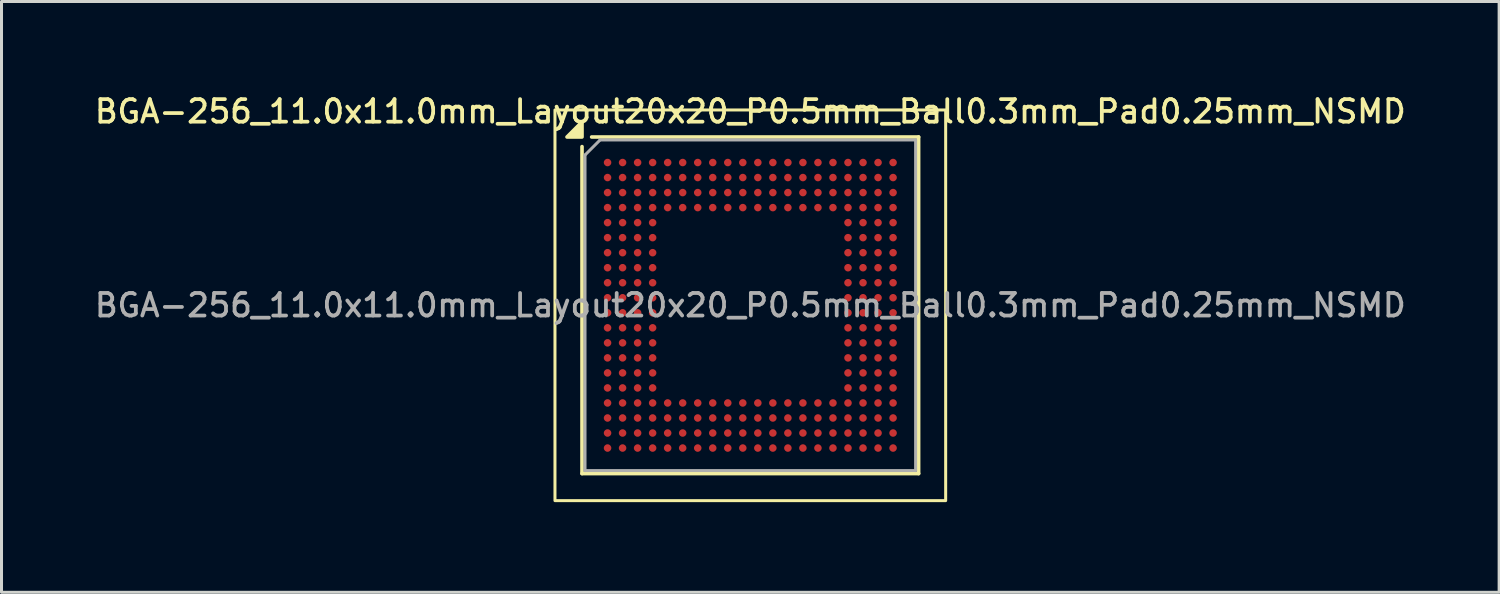
<source format=kicad_pcb>
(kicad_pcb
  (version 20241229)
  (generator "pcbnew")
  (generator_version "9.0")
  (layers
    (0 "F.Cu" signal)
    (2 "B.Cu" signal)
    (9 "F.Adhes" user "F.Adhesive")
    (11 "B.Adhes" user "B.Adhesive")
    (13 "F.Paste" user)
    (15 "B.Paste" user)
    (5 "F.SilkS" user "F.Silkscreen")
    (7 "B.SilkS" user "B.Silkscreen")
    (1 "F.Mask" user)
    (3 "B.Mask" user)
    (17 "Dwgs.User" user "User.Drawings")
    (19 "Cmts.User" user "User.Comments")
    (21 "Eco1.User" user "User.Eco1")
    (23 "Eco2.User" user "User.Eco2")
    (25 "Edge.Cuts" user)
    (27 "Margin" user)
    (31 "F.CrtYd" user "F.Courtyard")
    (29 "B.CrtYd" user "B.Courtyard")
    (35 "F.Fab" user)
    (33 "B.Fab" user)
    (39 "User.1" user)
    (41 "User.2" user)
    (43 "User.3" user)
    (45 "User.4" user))
  (footprint "BGA-256_11.0x11.0mm_Layout20x20_P0.5mm_Ball0.3mm_Pad0.25mm_NSMD"
    (layer "F.Cu")
    (at 21.916 7.108)
    (property "Reference" "BGA-256_11.0x11.0mm_Layout20x20_P0.5mm_Ball0.3mm_Pad0.25mm_NSMD" (at 0 -6.45 0) (layer "F.SilkS") (effects (font (size 0.75 0.75) (thickness 0.125))))
    (attr smd)
    (fp_line (start -5.6 -5.28) (end -5.6 5.6) (stroke (width 0.12) (type solid)) (layer "F.SilkS"))
    (fp_line (start -5.6 5.6) (end 5.6 5.6) (stroke (width 0.12) (type solid)) (layer "F.SilkS"))
    (fp_line (start 5.6 -5.6) (end -5.28 -5.6) (stroke (width 0.12) (type solid)) (layer "F.SilkS"))
    (fp_line (start 5.6 5.6) (end 5.6 -5.6) (stroke (width 0.12) (type solid)) (layer "F.SilkS"))
    (fp_rect (start 6.5 6.5) (end -6.5 -6.5) (stroke (width 0.1) (type solid)) (fill no) (layer "F.SilkS"))
    (fp_poly (pts (xy -5.6 -5.6) (xy -6.1 -5.6) (xy -5.6 -6.1) (xy -5.6 -5.6)) (stroke (width 0.12) (type solid)) (fill yes) (layer "F.SilkS"))
    (fp_line (start -5.5 -5) (end -5.5 5.5) (stroke (width 0.1) (type solid)) (layer "F.Fab"))
    (fp_line (start -5.5 5.5) (end 5.5 5.5) (stroke (width 0.1) (type solid)) (layer "F.Fab"))
    (fp_line (start -5 -5.5) (end -5.5 -5) (stroke (width 0.1) (type solid)) (layer "F.Fab"))
    (fp_line (start 5.5 -5.5) (end -5 -5.5) (stroke (width 0.1) (type solid)) (layer "F.Fab"))
    (fp_line (start 5.5 5.5) (end 5.5 -5.5) (stroke (width 0.1) (type solid)) (layer "F.Fab"))
    (fp_text user "${REFERENCE}" (at 0 0 0) (layer "F.Fab") (effects (font (size 0.75 0.75) (thickness 0.125))))
    (pad "A1" smd circle (at -4.75 -4.75) (size 0.25 0.25) (property pad_prop_bga) (layers "F.Cu" "F.Mask" "F.Paste"))
    (pad "A2" smd circle (at -4.25 -4.75) (size 0.25 0.25) (property pad_prop_bga) (layers "F.Cu" "F.Mask" "F.Paste"))
    (pad "A3" smd circle (at -3.75 -4.75) (size 0.25 0.25) (property pad_prop_bga) (layers "F.Cu" "F.Mask" "F.Paste"))
    (pad "A4" smd circle (at -3.25 -4.75) (size 0.25 0.25) (property pad_prop_bga) (layers "F.Cu" "F.Mask" "F.Paste"))
    (pad "A5" smd circle (at -2.75 -4.75) (size 0.25 0.25) (property pad_prop_bga) (layers "F.Cu" "F.Mask" "F.Paste"))
    (pad "A6" smd circle (at -2.25 -4.75) (size 0.25 0.25) (property pad_prop_bga) (layers "F.Cu" "F.Mask" "F.Paste"))
    (pad "A7" smd circle (at -1.75 -4.75) (size 0.25 0.25) (property pad_prop_bga) (layers "F.Cu" "F.Mask" "F.Paste"))
    (pad "A8" smd circle (at -1.25 -4.75) (size 0.25 0.25) (property pad_prop_bga) (layers "F.Cu" "F.Mask" "F.Paste"))
    (pad "A9" smd circle (at -0.75 -4.75) (size 0.25 0.25) (property pad_prop_bga) (layers "F.Cu" "F.Mask" "F.Paste"))
    (pad "A10" smd circle (at -0.25 -4.75) (size 0.25 0.25) (property pad_prop_bga) (layers "F.Cu" "F.Mask" "F.Paste"))
    (pad "A11" smd circle (at 0.25 -4.75) (size 0.25 0.25) (property pad_prop_bga) (layers "F.Cu" "F.Mask" "F.Paste"))
    (pad "A12" smd circle (at 0.75 -4.75) (size 0.25 0.25) (property pad_prop_bga) (layers "F.Cu" "F.Mask" "F.Paste"))
    (pad "A13" smd circle (at 1.25 -4.75) (size 0.25 0.25) (property pad_prop_bga) (layers "F.Cu" "F.Mask" "F.Paste"))
    (pad "A14" smd circle (at 1.75 -4.75) (size 0.25 0.25) (property pad_prop_bga) (layers "F.Cu" "F.Mask" "F.Paste"))
    (pad "A15" smd circle (at 2.25 -4.75) (size 0.25 0.25) (property pad_prop_bga) (layers "F.Cu" "F.Mask" "F.Paste"))
    (pad "A16" smd circle (at 2.75 -4.75) (size 0.25 0.25) (property pad_prop_bga) (layers "F.Cu" "F.Mask" "F.Paste"))
    (pad "A17" smd circle (at 3.25 -4.75) (size 0.25 0.25) (property pad_prop_bga) (layers "F.Cu" "F.Mask" "F.Paste"))
    (pad "A18" smd circle (at 3.75 -4.75) (size 0.25 0.25) (property pad_prop_bga) (layers "F.Cu" "F.Mask" "F.Paste"))
    (pad "A19" smd circle (at 4.25 -4.75) (size 0.25 0.25) (property pad_prop_bga) (layers "F.Cu" "F.Mask" "F.Paste"))
    (pad "A20" smd circle (at 4.75 -4.75) (size 0.25 0.25) (property pad_prop_bga) (layers "F.Cu" "F.Mask" "F.Paste"))
    (pad "B1" smd circle (at -4.75 -4.25) (size 0.25 0.25) (property pad_prop_bga) (layers "F.Cu" "F.Mask" "F.Paste"))
    (pad "B2" smd circle (at -4.25 -4.25) (size 0.25 0.25) (property pad_prop_bga) (layers "F.Cu" "F.Mask" "F.Paste"))
    (pad "B3" smd circle (at -3.75 -4.25) (size 0.25 0.25) (property pad_prop_bga) (layers "F.Cu" "F.Mask" "F.Paste"))
    (pad "B4" smd circle (at -3.25 -4.25) (size 0.25 0.25) (property pad_prop_bga) (layers "F.Cu" "F.Mask" "F.Paste"))
    (pad "B5" smd circle (at -2.75 -4.25) (size 0.25 0.25) (property pad_prop_bga) (layers "F.Cu" "F.Mask" "F.Paste"))
    (pad "B6" smd circle (at -2.25 -4.25) (size 0.25 0.25) (property pad_prop_bga) (layers "F.Cu" "F.Mask" "F.Paste"))
    (pad "B7" smd circle (at -1.75 -4.25) (size 0.25 0.25) (property pad_prop_bga) (layers "F.Cu" "F.Mask" "F.Paste"))
    (pad "B8" smd circle (at -1.25 -4.25) (size 0.25 0.25) (property pad_prop_bga) (layers "F.Cu" "F.Mask" "F.Paste"))
    (pad "B9" smd circle (at -0.75 -4.25) (size 0.25 0.25) (property pad_prop_bga) (layers "F.Cu" "F.Mask" "F.Paste"))
    (pad "B10" smd circle (at -0.25 -4.25) (size 0.25 0.25) (property pad_prop_bga) (layers "F.Cu" "F.Mask" "F.Paste"))
    (pad "B11" smd circle (at 0.25 -4.25) (size 0.25 0.25) (property pad_prop_bga) (layers "F.Cu" "F.Mask" "F.Paste"))
    (pad "B12" smd circle (at 0.75 -4.25) (size 0.25 0.25) (property pad_prop_bga) (layers "F.Cu" "F.Mask" "F.Paste"))
    (pad "B13" smd circle (at 1.25 -4.25) (size 0.25 0.25) (property pad_prop_bga) (layers "F.Cu" "F.Mask" "F.Paste"))
    (pad "B14" smd circle (at 1.75 -4.25) (size 0.25 0.25) (property pad_prop_bga) (layers "F.Cu" "F.Mask" "F.Paste"))
    (pad "B15" smd circle (at 2.25 -4.25) (size 0.25 0.25) (property pad_prop_bga) (layers "F.Cu" "F.Mask" "F.Paste"))
    (pad "B16" smd circle (at 2.75 -4.25) (size 0.25 0.25) (property pad_prop_bga) (layers "F.Cu" "F.Mask" "F.Paste"))
    (pad "B17" smd circle (at 3.25 -4.25) (size 0.25 0.25) (property pad_prop_bga) (layers "F.Cu" "F.Mask" "F.Paste"))
    (pad "B18" smd circle (at 3.75 -4.25) (size 0.25 0.25) (property pad_prop_bga) (layers "F.Cu" "F.Mask" "F.Paste"))
    (pad "B19" smd circle (at 4.25 -4.25) (size 0.25 0.25) (property pad_prop_bga) (layers "F.Cu" "F.Mask" "F.Paste"))
    (pad "B20" smd circle (at 4.75 -4.25) (size 0.25 0.25) (property pad_prop_bga) (layers "F.Cu" "F.Mask" "F.Paste"))
    (pad "C1" smd circle (at -4.75 -3.75) (size 0.25 0.25) (property pad_prop_bga) (layers "F.Cu" "F.Mask" "F.Paste"))
    (pad "C2" smd circle (at -4.25 -3.75) (size 0.25 0.25) (property pad_prop_bga) (layers "F.Cu" "F.Mask" "F.Paste"))
    (pad "C3" smd circle (at -3.75 -3.75) (size 0.25 0.25) (property pad_prop_bga) (layers "F.Cu" "F.Mask" "F.Paste"))
    (pad "C4" smd circle (at -3.25 -3.75) (size 0.25 0.25) (property pad_prop_bga) (layers "F.Cu" "F.Mask" "F.Paste"))
    (pad "C5" smd circle (at -2.75 -3.75) (size 0.25 0.25) (property pad_prop_bga) (layers "F.Cu" "F.Mask" "F.Paste"))
    (pad "C6" smd circle (at -2.25 -3.75) (size 0.25 0.25) (property pad_prop_bga) (layers "F.Cu" "F.Mask" "F.Paste"))
    (pad "C7" smd circle (at -1.75 -3.75) (size 0.25 0.25) (property pad_prop_bga) (layers "F.Cu" "F.Mask" "F.Paste"))
    (pad "C8" smd circle (at -1.25 -3.75) (size 0.25 0.25) (property pad_prop_bga) (layers "F.Cu" "F.Mask" "F.Paste"))
    (pad "C9" smd circle (at -0.75 -3.75) (size 0.25 0.25) (property pad_prop_bga) (layers "F.Cu" "F.Mask" "F.Paste"))
    (pad "C10" smd circle (at -0.25 -3.75) (size 0.25 0.25) (property pad_prop_bga) (layers "F.Cu" "F.Mask" "F.Paste"))
    (pad "C11" smd circle (at 0.25 -3.75) (size 0.25 0.25) (property pad_prop_bga) (layers "F.Cu" "F.Mask" "F.Paste"))
    (pad "C12" smd circle (at 0.75 -3.75) (size 0.25 0.25) (property pad_prop_bga) (layers "F.Cu" "F.Mask" "F.Paste"))
    (pad "C13" smd circle (at 1.25 -3.75) (size 0.25 0.25) (property pad_prop_bga) (layers "F.Cu" "F.Mask" "F.Paste"))
    (pad "C14" smd circle (at 1.75 -3.75) (size 0.25 0.25) (property pad_prop_bga) (layers "F.Cu" "F.Mask" "F.Paste"))
    (pad "C15" smd circle (at 2.25 -3.75) (size 0.25 0.25) (property pad_prop_bga) (layers "F.Cu" "F.Mask" "F.Paste"))
    (pad "C16" smd circle (at 2.75 -3.75) (size 0.25 0.25) (property pad_prop_bga) (layers "F.Cu" "F.Mask" "F.Paste"))
    (pad "C17" smd circle (at 3.25 -3.75) (size 0.25 0.25) (property pad_prop_bga) (layers "F.Cu" "F.Mask" "F.Paste"))
    (pad "C18" smd circle (at 3.75 -3.75) (size 0.25 0.25) (property pad_prop_bga) (layers "F.Cu" "F.Mask" "F.Paste"))
    (pad "C19" smd circle (at 4.25 -3.75) (size 0.25 0.25) (property pad_prop_bga) (layers "F.Cu" "F.Mask" "F.Paste"))
    (pad "C20" smd circle (at 4.75 -3.75) (size 0.25 0.25) (property pad_prop_bga) (layers "F.Cu" "F.Mask" "F.Paste"))
    (pad "D1" smd circle (at -4.75 -3.25) (size 0.25 0.25) (property pad_prop_bga) (layers "F.Cu" "F.Mask" "F.Paste"))
    (pad "D2" smd circle (at -4.25 -3.25) (size 0.25 0.25) (property pad_prop_bga) (layers "F.Cu" "F.Mask" "F.Paste"))
    (pad "D3" smd circle (at -3.75 -3.25) (size 0.25 0.25) (property pad_prop_bga) (layers "F.Cu" "F.Mask" "F.Paste"))
    (pad "D4" smd circle (at -3.25 -3.25) (size 0.25 0.25) (property pad_prop_bga) (layers "F.Cu" "F.Mask" "F.Paste"))
    (pad "D5" smd circle (at -2.75 -3.25) (size 0.25 0.25) (property pad_prop_bga) (layers "F.Cu" "F.Mask" "F.Paste"))
    (pad "D6" smd circle (at -2.25 -3.25) (size 0.25 0.25) (property pad_prop_bga) (layers "F.Cu" "F.Mask" "F.Paste"))
    (pad "D7" smd circle (at -1.75 -3.25) (size 0.25 0.25) (property pad_prop_bga) (layers "F.Cu" "F.Mask" "F.Paste"))
    (pad "D8" smd circle (at -1.25 -3.25) (size 0.25 0.25) (property pad_prop_bga) (layers "F.Cu" "F.Mask" "F.Paste"))
    (pad "D9" smd circle (at -0.75 -3.25) (size 0.25 0.25) (property pad_prop_bga) (layers "F.Cu" "F.Mask" "F.Paste"))
    (pad "D10" smd circle (at -0.25 -3.25) (size 0.25 0.25) (property pad_prop_bga) (layers "F.Cu" "F.Mask" "F.Paste"))
    (pad "D11" smd circle (at 0.25 -3.25) (size 0.25 0.25) (property pad_prop_bga) (layers "F.Cu" "F.Mask" "F.Paste"))
    (pad "D12" smd circle (at 0.75 -3.25) (size 0.25 0.25) (property pad_prop_bga) (layers "F.Cu" "F.Mask" "F.Paste"))
    (pad "D13" smd circle (at 1.25 -3.25) (size 0.25 0.25) (property pad_prop_bga) (layers "F.Cu" "F.Mask" "F.Paste"))
    (pad "D14" smd circle (at 1.75 -3.25) (size 0.25 0.25) (property pad_prop_bga) (layers "F.Cu" "F.Mask" "F.Paste"))
    (pad "D15" smd circle (at 2.25 -3.25) (size 0.25 0.25) (property pad_prop_bga) (layers "F.Cu" "F.Mask" "F.Paste"))
    (pad "D16" smd circle (at 2.75 -3.25) (size 0.25 0.25) (property pad_prop_bga) (layers "F.Cu" "F.Mask" "F.Paste"))
    (pad "D17" smd circle (at 3.25 -3.25) (size 0.25 0.25) (property pad_prop_bga) (layers "F.Cu" "F.Mask" "F.Paste"))
    (pad "D18" smd circle (at 3.75 -3.25) (size 0.25 0.25) (property pad_prop_bga) (layers "F.Cu" "F.Mask" "F.Paste"))
    (pad "D19" smd circle (at 4.25 -3.25) (size 0.25 0.25) (property pad_prop_bga) (layers "F.Cu" "F.Mask" "F.Paste"))
    (pad "D20" smd circle (at 4.75 -3.25) (size 0.25 0.25) (property pad_prop_bga) (layers "F.Cu" "F.Mask" "F.Paste"))
    (pad "E1" smd circle (at -4.75 -2.75) (size 0.25 0.25) (property pad_prop_bga) (layers "F.Cu" "F.Mask" "F.Paste"))
    (pad "E2" smd circle (at -4.25 -2.75) (size 0.25 0.25) (property pad_prop_bga) (layers "F.Cu" "F.Mask" "F.Paste"))
    (pad "E3" smd circle (at -3.75 -2.75) (size 0.25 0.25) (property pad_prop_bga) (layers "F.Cu" "F.Mask" "F.Paste"))
    (pad "E4" smd circle (at -3.25 -2.75) (size 0.25 0.25) (property pad_prop_bga) (layers "F.Cu" "F.Mask" "F.Paste"))
    (pad "E17" smd circle (at 3.25 -2.75) (size 0.25 0.25) (property pad_prop_bga) (layers "F.Cu" "F.Mask" "F.Paste"))
    (pad "E18" smd circle (at 3.75 -2.75) (size 0.25 0.25) (property pad_prop_bga) (layers "F.Cu" "F.Mask" "F.Paste"))
    (pad "E19" smd circle (at 4.25 -2.75) (size 0.25 0.25) (property pad_prop_bga) (layers "F.Cu" "F.Mask" "F.Paste"))
    (pad "E20" smd circle (at 4.75 -2.75) (size 0.25 0.25) (property pad_prop_bga) (layers "F.Cu" "F.Mask" "F.Paste"))
    (pad "F1" smd circle (at -4.75 -2.25) (size 0.25 0.25) (property pad_prop_bga) (layers "F.Cu" "F.Mask" "F.Paste"))
    (pad "F2" smd circle (at -4.25 -2.25) (size 0.25 0.25) (property pad_prop_bga) (layers "F.Cu" "F.Mask" "F.Paste"))
    (pad "F3" smd circle (at -3.75 -2.25) (size 0.25 0.25) (property pad_prop_bga) (layers "F.Cu" "F.Mask" "F.Paste"))
    (pad "F4" smd circle (at -3.25 -2.25) (size 0.25 0.25) (property pad_prop_bga) (layers "F.Cu" "F.Mask" "F.Paste"))
    (pad "F17" smd circle (at 3.25 -2.25) (size 0.25 0.25) (property pad_prop_bga) (layers "F.Cu" "F.Mask" "F.Paste"))
    (pad "F18" smd circle (at 3.75 -2.25) (size 0.25 0.25) (property pad_prop_bga) (layers "F.Cu" "F.Mask" "F.Paste"))
    (pad "F19" smd circle (at 4.25 -2.25) (size 0.25 0.25) (property pad_prop_bga) (layers "F.Cu" "F.Mask" "F.Paste"))
    (pad "F20" smd circle (at 4.75 -2.25) (size 0.25 0.25) (property pad_prop_bga) (layers "F.Cu" "F.Mask" "F.Paste"))
    (pad "G1" smd circle (at -4.75 -1.75) (size 0.25 0.25) (property pad_prop_bga) (layers "F.Cu" "F.Mask" "F.Paste"))
    (pad "G2" smd circle (at -4.25 -1.75) (size 0.25 0.25) (property pad_prop_bga) (layers "F.Cu" "F.Mask" "F.Paste"))
    (pad "G3" smd circle (at -3.75 -1.75) (size 0.25 0.25) (property pad_prop_bga) (layers "F.Cu" "F.Mask" "F.Paste"))
    (pad "G4" smd circle (at -3.25 -1.75) (size 0.25 0.25) (property pad_prop_bga) (layers "F.Cu" "F.Mask" "F.Paste"))
    (pad "G17" smd circle (at 3.25 -1.75) (size 0.25 0.25) (property pad_prop_bga) (layers "F.Cu" "F.Mask" "F.Paste"))
    (pad "G18" smd circle (at 3.75 -1.75) (size 0.25 0.25) (property pad_prop_bga) (layers "F.Cu" "F.Mask" "F.Paste"))
    (pad "G19" smd circle (at 4.25 -1.75) (size 0.25 0.25) (property pad_prop_bga) (layers "F.Cu" "F.Mask" "F.Paste"))
    (pad "G20" smd circle (at 4.75 -1.75) (size 0.25 0.25) (property pad_prop_bga) (layers "F.Cu" "F.Mask" "F.Paste"))
    (pad "H1" smd circle (at -4.75 -1.25) (size 0.25 0.25) (property pad_prop_bga) (layers "F.Cu" "F.Mask" "F.Paste"))
    (pad "H2" smd circle (at -4.25 -1.25) (size 0.25 0.25) (property pad_prop_bga) (layers "F.Cu" "F.Mask" "F.Paste"))
    (pad "H3" smd circle (at -3.75 -1.25) (size 0.25 0.25) (property pad_prop_bga) (layers "F.Cu" "F.Mask" "F.Paste"))
    (pad "H4" smd circle (at -3.25 -1.25) (size 0.25 0.25) (property pad_prop_bga) (layers "F.Cu" "F.Mask" "F.Paste"))
    (pad "H17" smd circle (at 3.25 -1.25) (size 0.25 0.25) (property pad_prop_bga) (layers "F.Cu" "F.Mask" "F.Paste"))
    (pad "H18" smd circle (at 3.75 -1.25) (size 0.25 0.25) (property pad_prop_bga) (layers "F.Cu" "F.Mask" "F.Paste"))
    (pad "H19" smd circle (at 4.25 -1.25) (size 0.25 0.25) (property pad_prop_bga) (layers "F.Cu" "F.Mask" "F.Paste"))
    (pad "H20" smd circle (at 4.75 -1.25) (size 0.25 0.25) (property pad_prop_bga) (layers "F.Cu" "F.Mask" "F.Paste"))
    (pad "J1" smd circle (at -4.75 -0.75) (size 0.25 0.25) (property pad_prop_bga) (layers "F.Cu" "F.Mask" "F.Paste"))
    (pad "J2" smd circle (at -4.25 -0.75) (size 0.25 0.25) (property pad_prop_bga) (layers "F.Cu" "F.Mask" "F.Paste"))
    (pad "J3" smd circle (at -3.75 -0.75) (size 0.25 0.25) (property pad_prop_bga) (layers "F.Cu" "F.Mask" "F.Paste"))
    (pad "J4" smd circle (at -3.25 -0.75) (size 0.25 0.25) (property pad_prop_bga) (layers "F.Cu" "F.Mask" "F.Paste"))
    (pad "J17" smd circle (at 3.25 -0.75) (size 0.25 0.25) (property pad_prop_bga) (layers "F.Cu" "F.Mask" "F.Paste"))
    (pad "J18" smd circle (at 3.75 -0.75) (size 0.25 0.25) (property pad_prop_bga) (layers "F.Cu" "F.Mask" "F.Paste"))
    (pad "J19" smd circle (at 4.25 -0.75) (size 0.25 0.25) (property pad_prop_bga) (layers "F.Cu" "F.Mask" "F.Paste"))
    (pad "J20" smd circle (at 4.75 -0.75) (size 0.25 0.25) (property pad_prop_bga) (layers "F.Cu" "F.Mask" "F.Paste"))
    (pad "K1" smd circle (at -4.75 -0.25) (size 0.25 0.25) (property pad_prop_bga) (layers "F.Cu" "F.Mask" "F.Paste"))
    (pad "K2" smd circle (at -4.25 -0.25) (size 0.25 0.25) (property pad_prop_bga) (layers "F.Cu" "F.Mask" "F.Paste"))
    (pad "K3" smd circle (at -3.75 -0.25) (size 0.25 0.25) (property pad_prop_bga) (layers "F.Cu" "F.Mask" "F.Paste"))
    (pad "K4" smd circle (at -3.25 -0.25) (size 0.25 0.25) (property pad_prop_bga) (layers "F.Cu" "F.Mask" "F.Paste"))
    (pad "K17" smd circle (at 3.25 -0.25) (size 0.25 0.25) (property pad_prop_bga) (layers "F.Cu" "F.Mask" "F.Paste"))
    (pad "K18" smd circle (at 3.75 -0.25) (size 0.25 0.25) (property pad_prop_bga) (layers "F.Cu" "F.Mask" "F.Paste"))
    (pad "K19" smd circle (at 4.25 -0.25) (size 0.25 0.25) (property pad_prop_bga) (layers "F.Cu" "F.Mask" "F.Paste"))
    (pad "K20" smd circle (at 4.75 -0.25) (size 0.25 0.25) (property pad_prop_bga) (layers "F.Cu" "F.Mask" "F.Paste"))
    (pad "L1" smd circle (at -4.75 0.25) (size 0.25 0.25) (property pad_prop_bga) (layers "F.Cu" "F.Mask" "F.Paste"))
    (pad "L2" smd circle (at -4.25 0.25) (size 0.25 0.25) (property pad_prop_bga) (layers "F.Cu" "F.Mask" "F.Paste"))
    (pad "L3" smd circle (at -3.75 0.25) (size 0.25 0.25) (property pad_prop_bga) (layers "F.Cu" "F.Mask" "F.Paste"))
    (pad "L4" smd circle (at -3.25 0.25) (size 0.25 0.25) (property pad_prop_bga) (layers "F.Cu" "F.Mask" "F.Paste"))
    (pad "L17" smd circle (at 3.25 0.25) (size 0.25 0.25) (property pad_prop_bga) (layers "F.Cu" "F.Mask" "F.Paste"))
    (pad "L18" smd circle (at 3.75 0.25) (size 0.25 0.25) (property pad_prop_bga) (layers "F.Cu" "F.Mask" "F.Paste"))
    (pad "L19" smd circle (at 4.25 0.25) (size 0.25 0.25) (property pad_prop_bga) (layers "F.Cu" "F.Mask" "F.Paste"))
    (pad "L20" smd circle (at 4.75 0.25) (size 0.25 0.25) (property pad_prop_bga) (layers "F.Cu" "F.Mask" "F.Paste"))
    (pad "M1" smd circle (at -4.75 0.75) (size 0.25 0.25) (property pad_prop_bga) (layers "F.Cu" "F.Mask" "F.Paste"))
    (pad "M2" smd circle (at -4.25 0.75) (size 0.25 0.25) (property pad_prop_bga) (layers "F.Cu" "F.Mask" "F.Paste"))
    (pad "M3" smd circle (at -3.75 0.75) (size 0.25 0.25) (property pad_prop_bga) (layers "F.Cu" "F.Mask" "F.Paste"))
    (pad "M4" smd circle (at -3.25 0.75) (size 0.25 0.25) (property pad_prop_bga) (layers "F.Cu" "F.Mask" "F.Paste"))
    (pad "M17" smd circle (at 3.25 0.75) (size 0.25 0.25) (property pad_prop_bga) (layers "F.Cu" "F.Mask" "F.Paste"))
    (pad "M18" smd circle (at 3.75 0.75) (size 0.25 0.25) (property pad_prop_bga) (layers "F.Cu" "F.Mask" "F.Paste"))
    (pad "M19" smd circle (at 4.25 0.75) (size 0.25 0.25) (property pad_prop_bga) (layers "F.Cu" "F.Mask" "F.Paste"))
    (pad "M20" smd circle (at 4.75 0.75) (size 0.25 0.25) (property pad_prop_bga) (layers "F.Cu" "F.Mask" "F.Paste"))
    (pad "N1" smd circle (at -4.75 1.25) (size 0.25 0.25) (property pad_prop_bga) (layers "F.Cu" "F.Mask" "F.Paste"))
    (pad "N2" smd circle (at -4.25 1.25) (size 0.25 0.25) (property pad_prop_bga) (layers "F.Cu" "F.Mask" "F.Paste"))
    (pad "N3" smd circle (at -3.75 1.25) (size 0.25 0.25) (property pad_prop_bga) (layers "F.Cu" "F.Mask" "F.Paste"))
    (pad "N4" smd circle (at -3.25 1.25) (size 0.25 0.25) (property pad_prop_bga) (layers "F.Cu" "F.Mask" "F.Paste"))
    (pad "N17" smd circle (at 3.25 1.25) (size 0.25 0.25) (property pad_prop_bga) (layers "F.Cu" "F.Mask" "F.Paste"))
    (pad "N18" smd circle (at 3.75 1.25) (size 0.25 0.25) (property pad_prop_bga) (layers "F.Cu" "F.Mask" "F.Paste"))
    (pad "N19" smd circle (at 4.25 1.25) (size 0.25 0.25) (property pad_prop_bga) (layers "F.Cu" "F.Mask" "F.Paste"))
    (pad "N20" smd circle (at 4.75 1.25) (size 0.25 0.25) (property pad_prop_bga) (layers "F.Cu" "F.Mask" "F.Paste"))
    (pad "P1" smd circle (at -4.75 1.75) (size 0.25 0.25) (property pad_prop_bga) (layers "F.Cu" "F.Mask" "F.Paste"))
    (pad "P2" smd circle (at -4.25 1.75) (size 0.25 0.25) (property pad_prop_bga) (layers "F.Cu" "F.Mask" "F.Paste"))
    (pad "P3" smd circle (at -3.75 1.75) (size 0.25 0.25) (property pad_prop_bga) (layers "F.Cu" "F.Mask" "F.Paste"))
    (pad "P4" smd circle (at -3.25 1.75) (size 0.25 0.25) (property pad_prop_bga) (layers "F.Cu" "F.Mask" "F.Paste"))
    (pad "P17" smd circle (at 3.25 1.75) (size 0.25 0.25) (property pad_prop_bga) (layers "F.Cu" "F.Mask" "F.Paste"))
    (pad "P18" smd circle (at 3.75 1.75) (size 0.25 0.25) (property pad_prop_bga) (layers "F.Cu" "F.Mask" "F.Paste"))
    (pad "P19" smd circle (at 4.25 1.75) (size 0.25 0.25) (property pad_prop_bga) (layers "F.Cu" "F.Mask" "F.Paste"))
    (pad "P20" smd circle (at 4.75 1.75) (size 0.25 0.25) (property pad_prop_bga) (layers "F.Cu" "F.Mask" "F.Paste"))
    (pad "R1" smd circle (at -4.75 2.25) (size 0.25 0.25) (property pad_prop_bga) (layers "F.Cu" "F.Mask" "F.Paste"))
    (pad "R2" smd circle (at -4.25 2.25) (size 0.25 0.25) (property pad_prop_bga) (layers "F.Cu" "F.Mask" "F.Paste"))
    (pad "R3" smd circle (at -3.75 2.25) (size 0.25 0.25) (property pad_prop_bga) (layers "F.Cu" "F.Mask" "F.Paste"))
    (pad "R4" smd circle (at -3.25 2.25) (size 0.25 0.25) (property pad_prop_bga) (layers "F.Cu" "F.Mask" "F.Paste"))
    (pad "R17" smd circle (at 3.25 2.25) (size 0.25 0.25) (property pad_prop_bga) (layers "F.Cu" "F.Mask" "F.Paste"))
    (pad "R18" smd circle (at 3.75 2.25) (size 0.25 0.25) (property pad_prop_bga) (layers "F.Cu" "F.Mask" "F.Paste"))
    (pad "R19" smd circle (at 4.25 2.25) (size 0.25 0.25) (property pad_prop_bga) (layers "F.Cu" "F.Mask" "F.Paste"))
    (pad "R20" smd circle (at 4.75 2.25) (size 0.25 0.25) (property pad_prop_bga) (layers "F.Cu" "F.Mask" "F.Paste"))
    (pad "T1" smd circle (at -4.75 2.75) (size 0.25 0.25) (property pad_prop_bga) (layers "F.Cu" "F.Mask" "F.Paste"))
    (pad "T2" smd circle (at -4.25 2.75) (size 0.25 0.25) (property pad_prop_bga) (layers "F.Cu" "F.Mask" "F.Paste"))
    (pad "T3" smd circle (at -3.75 2.75) (size 0.25 0.25) (property pad_prop_bga) (layers "F.Cu" "F.Mask" "F.Paste"))
    (pad "T4" smd circle (at -3.25 2.75) (size 0.25 0.25) (property pad_prop_bga) (layers "F.Cu" "F.Mask" "F.Paste"))
    (pad "T17" smd circle (at 3.25 2.75) (size 0.25 0.25) (property pad_prop_bga) (layers "F.Cu" "F.Mask" "F.Paste"))
    (pad "T18" smd circle (at 3.75 2.75) (size 0.25 0.25) (property pad_prop_bga) (layers "F.Cu" "F.Mask" "F.Paste"))
    (pad "T19" smd circle (at 4.25 2.75) (size 0.25 0.25) (property pad_prop_bga) (layers "F.Cu" "F.Mask" "F.Paste"))
    (pad "T20" smd circle (at 4.75 2.75) (size 0.25 0.25) (property pad_prop_bga) (layers "F.Cu" "F.Mask" "F.Paste"))
    (pad "U1" smd circle (at -4.75 3.25) (size 0.25 0.25) (property pad_prop_bga) (layers "F.Cu" "F.Mask" "F.Paste"))
    (pad "U2" smd circle (at -4.25 3.25) (size 0.25 0.25) (property pad_prop_bga) (layers "F.Cu" "F.Mask" "F.Paste"))
    (pad "U3" smd circle (at -3.75 3.25) (size 0.25 0.25) (property pad_prop_bga) (layers "F.Cu" "F.Mask" "F.Paste"))
    (pad "U4" smd circle (at -3.25 3.25) (size 0.25 0.25) (property pad_prop_bga) (layers "F.Cu" "F.Mask" "F.Paste"))
    (pad "U5" smd circle (at -2.75 3.25) (size 0.25 0.25) (property pad_prop_bga) (layers "F.Cu" "F.Mask" "F.Paste"))
    (pad "U6" smd circle (at -2.25 3.25) (size 0.25 0.25) (property pad_prop_bga) (layers "F.Cu" "F.Mask" "F.Paste"))
    (pad "U7" smd circle (at -1.75 3.25) (size 0.25 0.25) (property pad_prop_bga) (layers "F.Cu" "F.Mask" "F.Paste"))
    (pad "U8" smd circle (at -1.25 3.25) (size 0.25 0.25) (property pad_prop_bga) (layers "F.Cu" "F.Mask" "F.Paste"))
    (pad "U9" smd circle (at -0.75 3.25) (size 0.25 0.25) (property pad_prop_bga) (layers "F.Cu" "F.Mask" "F.Paste"))
    (pad "U10" smd circle (at -0.25 3.25) (size 0.25 0.25) (property pad_prop_bga) (layers "F.Cu" "F.Mask" "F.Paste"))
    (pad "U11" smd circle (at 0.25 3.25) (size 0.25 0.25) (property pad_prop_bga) (layers "F.Cu" "F.Mask" "F.Paste"))
    (pad "U12" smd circle (at 0.75 3.25) (size 0.25 0.25) (property pad_prop_bga) (layers "F.Cu" "F.Mask" "F.Paste"))
    (pad "U13" smd circle (at 1.25 3.25) (size 0.25 0.25) (property pad_prop_bga) (layers "F.Cu" "F.Mask" "F.Paste"))
    (pad "U14" smd circle (at 1.75 3.25) (size 0.25 0.25) (property pad_prop_bga) (layers "F.Cu" "F.Mask" "F.Paste"))
    (pad "U15" smd circle (at 2.25 3.25) (size 0.25 0.25) (property pad_prop_bga) (layers "F.Cu" "F.Mask" "F.Paste"))
    (pad "U16" smd circle (at 2.75 3.25) (size 0.25 0.25) (property pad_prop_bga) (layers "F.Cu" "F.Mask" "F.Paste"))
    (pad "U17" smd circle (at 3.25 3.25) (size 0.25 0.25) (property pad_prop_bga) (layers "F.Cu" "F.Mask" "F.Paste"))
    (pad "U18" smd circle (at 3.75 3.25) (size 0.25 0.25) (property pad_prop_bga) (layers "F.Cu" "F.Mask" "F.Paste"))
    (pad "U19" smd circle (at 4.25 3.25) (size 0.25 0.25) (property pad_prop_bga) (layers "F.Cu" "F.Mask" "F.Paste"))
    (pad "U20" smd circle (at 4.75 3.25) (size 0.25 0.25) (property pad_prop_bga) (layers "F.Cu" "F.Mask" "F.Paste"))
    (pad "V1" smd circle (at -4.75 3.75) (size 0.25 0.25) (property pad_prop_bga) (layers "F.Cu" "F.Mask" "F.Paste"))
    (pad "V2" smd circle (at -4.25 3.75) (size 0.25 0.25) (property pad_prop_bga) (layers "F.Cu" "F.Mask" "F.Paste"))
    (pad "V3" smd circle (at -3.75 3.75) (size 0.25 0.25) (property pad_prop_bga) (layers "F.Cu" "F.Mask" "F.Paste"))
    (pad "V4" smd circle (at -3.25 3.75) (size 0.25 0.25) (property pad_prop_bga) (layers "F.Cu" "F.Mask" "F.Paste"))
    (pad "V5" smd circle (at -2.75 3.75) (size 0.25 0.25) (property pad_prop_bga) (layers "F.Cu" "F.Mask" "F.Paste"))
    (pad "V6" smd circle (at -2.25 3.75) (size 0.25 0.25) (property pad_prop_bga) (layers "F.Cu" "F.Mask" "F.Paste"))
    (pad "V7" smd circle (at -1.75 3.75) (size 0.25 0.25) (property pad_prop_bga) (layers "F.Cu" "F.Mask" "F.Paste"))
    (pad "V8" smd circle (at -1.25 3.75) (size 0.25 0.25) (property pad_prop_bga) (layers "F.Cu" "F.Mask" "F.Paste"))
    (pad "V9" smd circle (at -0.75 3.75) (size 0.25 0.25) (property pad_prop_bga) (layers "F.Cu" "F.Mask" "F.Paste"))
    (pad "V10" smd circle (at -0.25 3.75) (size 0.25 0.25) (property pad_prop_bga) (layers "F.Cu" "F.Mask" "F.Paste"))
    (pad "V11" smd circle (at 0.25 3.75) (size 0.25 0.25) (property pad_prop_bga) (layers "F.Cu" "F.Mask" "F.Paste"))
    (pad "V12" smd circle (at 0.75 3.75) (size 0.25 0.25) (property pad_prop_bga) (layers "F.Cu" "F.Mask" "F.Paste"))
    (pad "V13" smd circle (at 1.25 3.75) (size 0.25 0.25) (property pad_prop_bga) (layers "F.Cu" "F.Mask" "F.Paste"))
    (pad "V14" smd circle (at 1.75 3.75) (size 0.25 0.25) (property pad_prop_bga) (layers "F.Cu" "F.Mask" "F.Paste"))
    (pad "V15" smd circle (at 2.25 3.75) (size 0.25 0.25) (property pad_prop_bga) (layers "F.Cu" "F.Mask" "F.Paste"))
    (pad "V16" smd circle (at 2.75 3.75) (size 0.25 0.25) (property pad_prop_bga) (layers "F.Cu" "F.Mask" "F.Paste"))
    (pad "V17" smd circle (at 3.25 3.75) (size 0.25 0.25) (property pad_prop_bga) (layers "F.Cu" "F.Mask" "F.Paste"))
    (pad "V18" smd circle (at 3.75 3.75) (size 0.25 0.25) (property pad_prop_bga) (layers "F.Cu" "F.Mask" "F.Paste"))
    (pad "V19" smd circle (at 4.25 3.75) (size 0.25 0.25) (property pad_prop_bga) (layers "F.Cu" "F.Mask" "F.Paste"))
    (pad "V20" smd circle (at 4.75 3.75) (size 0.25 0.25) (property pad_prop_bga) (layers "F.Cu" "F.Mask" "F.Paste"))
    (pad "W1" smd circle (at -4.75 4.25) (size 0.25 0.25) (property pad_prop_bga) (layers "F.Cu" "F.Mask" "F.Paste"))
    (pad "W2" smd circle (at -4.25 4.25) (size 0.25 0.25) (property pad_prop_bga) (layers "F.Cu" "F.Mask" "F.Paste"))
    (pad "W3" smd circle (at -3.75 4.25) (size 0.25 0.25) (property pad_prop_bga) (layers "F.Cu" "F.Mask" "F.Paste"))
    (pad "W4" smd circle (at -3.25 4.25) (size 0.25 0.25) (property pad_prop_bga) (layers "F.Cu" "F.Mask" "F.Paste"))
    (pad "W5" smd circle (at -2.75 4.25) (size 0.25 0.25) (property pad_prop_bga) (layers "F.Cu" "F.Mask" "F.Paste"))
    (pad "W6" smd circle (at -2.25 4.25) (size 0.25 0.25) (property pad_prop_bga) (layers "F.Cu" "F.Mask" "F.Paste"))
    (pad "W7" smd circle (at -1.75 4.25) (size 0.25 0.25) (property pad_prop_bga) (layers "F.Cu" "F.Mask" "F.Paste"))
    (pad "W8" smd circle (at -1.25 4.25) (size 0.25 0.25) (property pad_prop_bga) (layers "F.Cu" "F.Mask" "F.Paste"))
    (pad "W9" smd circle (at -0.75 4.25) (size 0.25 0.25) (property pad_prop_bga) (layers "F.Cu" "F.Mask" "F.Paste"))
    (pad "W10" smd circle (at -0.25 4.25) (size 0.25 0.25) (property pad_prop_bga) (layers "F.Cu" "F.Mask" "F.Paste"))
    (pad "W11" smd circle (at 0.25 4.25) (size 0.25 0.25) (property pad_prop_bga) (layers "F.Cu" "F.Mask" "F.Paste"))
    (pad "W12" smd circle (at 0.75 4.25) (size 0.25 0.25) (property pad_prop_bga) (layers "F.Cu" "F.Mask" "F.Paste"))
    (pad "W13" smd circle (at 1.25 4.25) (size 0.25 0.25) (property pad_prop_bga) (layers "F.Cu" "F.Mask" "F.Paste"))
    (pad "W14" smd circle (at 1.75 4.25) (size 0.25 0.25) (property pad_prop_bga) (layers "F.Cu" "F.Mask" "F.Paste"))
    (pad "W15" smd circle (at 2.25 4.25) (size 0.25 0.25) (property pad_prop_bga) (layers "F.Cu" "F.Mask" "F.Paste"))
    (pad "W16" smd circle (at 2.75 4.25) (size 0.25 0.25) (property pad_prop_bga) (layers "F.Cu" "F.Mask" "F.Paste"))
    (pad "W17" smd circle (at 3.25 4.25) (size 0.25 0.25) (property pad_prop_bga) (layers "F.Cu" "F.Mask" "F.Paste"))
    (pad "W18" smd circle (at 3.75 4.25) (size 0.25 0.25) (property pad_prop_bga) (layers "F.Cu" "F.Mask" "F.Paste"))
    (pad "W19" smd circle (at 4.25 4.25) (size 0.25 0.25) (property pad_prop_bga) (layers "F.Cu" "F.Mask" "F.Paste"))
    (pad "W20" smd circle (at 4.75 4.25) (size 0.25 0.25) (property pad_prop_bga) (layers "F.Cu" "F.Mask" "F.Paste"))
    (pad "Y1" smd circle (at -4.75 4.75) (size 0.25 0.25) (property pad_prop_bga) (layers "F.Cu" "F.Mask" "F.Paste"))
    (pad "Y2" smd circle (at -4.25 4.75) (size 0.25 0.25) (property pad_prop_bga) (layers "F.Cu" "F.Mask" "F.Paste"))
    (pad "Y3" smd circle (at -3.75 4.75) (size 0.25 0.25) (property pad_prop_bga) (layers "F.Cu" "F.Mask" "F.Paste"))
    (pad "Y4" smd circle (at -3.25 4.75) (size 0.25 0.25) (property pad_prop_bga) (layers "F.Cu" "F.Mask" "F.Paste"))
    (pad "Y5" smd circle (at -2.75 4.75) (size 0.25 0.25) (property pad_prop_bga) (layers "F.Cu" "F.Mask" "F.Paste"))
    (pad "Y6" smd circle (at -2.25 4.75) (size 0.25 0.25) (property pad_prop_bga) (layers "F.Cu" "F.Mask" "F.Paste"))
    (pad "Y7" smd circle (at -1.75 4.75) (size 0.25 0.25) (property pad_prop_bga) (layers "F.Cu" "F.Mask" "F.Paste"))
    (pad "Y8" smd circle (at -1.25 4.75) (size 0.25 0.25) (property pad_prop_bga) (layers "F.Cu" "F.Mask" "F.Paste"))
    (pad "Y9" smd circle (at -0.75 4.75) (size 0.25 0.25) (property pad_prop_bga) (layers "F.Cu" "F.Mask" "F.Paste"))
    (pad "Y10" smd circle (at -0.25 4.75) (size 0.25 0.25) (property pad_prop_bga) (layers "F.Cu" "F.Mask" "F.Paste"))
    (pad "Y11" smd circle (at 0.25 4.75) (size 0.25 0.25) (property pad_prop_bga) (layers "F.Cu" "F.Mask" "F.Paste"))
    (pad "Y12" smd circle (at 0.75 4.75) (size 0.25 0.25) (property pad_prop_bga) (layers "F.Cu" "F.Mask" "F.Paste"))
    (pad "Y13" smd circle (at 1.25 4.75) (size 0.25 0.25) (property pad_prop_bga) (layers "F.Cu" "F.Mask" "F.Paste"))
    (pad "Y14" smd circle (at 1.75 4.75) (size 0.25 0.25) (property pad_prop_bga) (layers "F.Cu" "F.Mask" "F.Paste"))
    (pad "Y15" smd circle (at 2.25 4.75) (size 0.25 0.25) (property pad_prop_bga) (layers "F.Cu" "F.Mask" "F.Paste"))
    (pad "Y16" smd circle (at 2.75 4.75) (size 0.25 0.25) (property pad_prop_bga) (layers "F.Cu" "F.Mask" "F.Paste"))
    (pad "Y17" smd circle (at 3.25 4.75) (size 0.25 0.25) (property pad_prop_bga) (layers "F.Cu" "F.Mask" "F.Paste"))
    (pad "Y18" smd circle (at 3.75 4.75) (size 0.25 0.25) (property pad_prop_bga) (layers "F.Cu" "F.Mask" "F.Paste"))
    (pad "Y19" smd circle (at 4.25 4.75) (size 0.25 0.25) (property pad_prop_bga) (layers "F.Cu" "F.Mask" "F.Paste"))
    (pad "Y20" smd circle (at 4.75 4.75) (size 0.25 0.25) (property pad_prop_bga) (layers "F.Cu" "F.Mask" "F.Paste")))
  (gr_rect
    (start -3 -3)
    (end 46.832 16.658)
    (stroke (width 0.1) (type default))
    (fill no)
    (layer "Edge.Cuts")))
</source>
